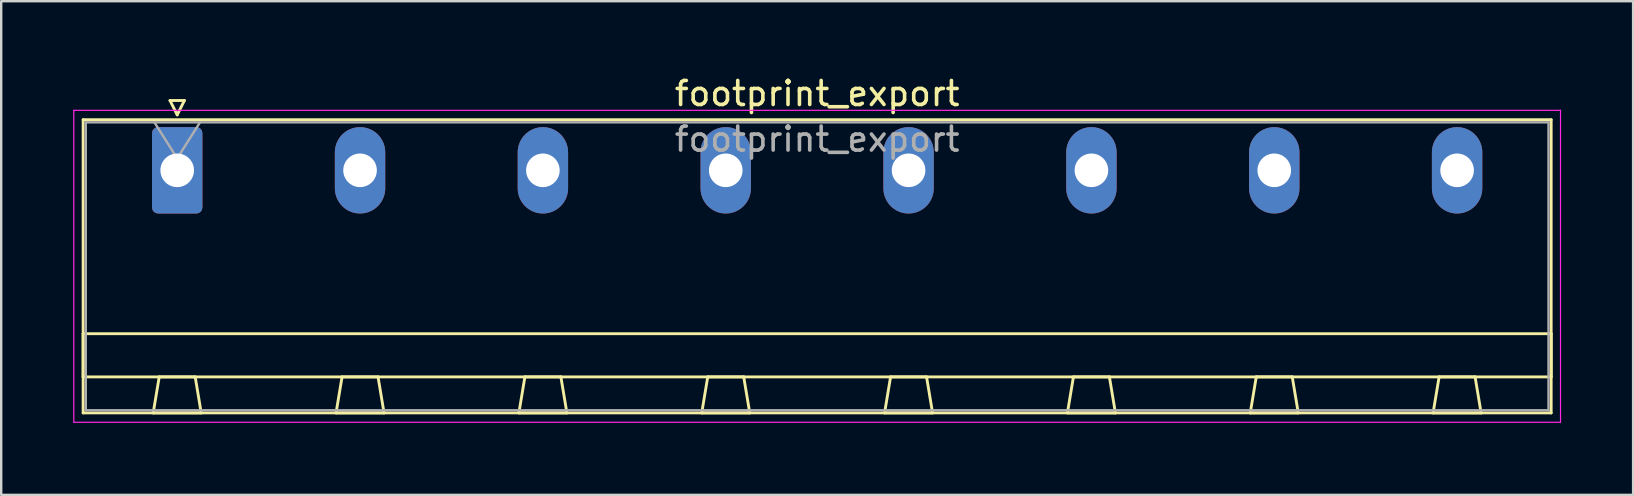
<source format=kicad_pcb>
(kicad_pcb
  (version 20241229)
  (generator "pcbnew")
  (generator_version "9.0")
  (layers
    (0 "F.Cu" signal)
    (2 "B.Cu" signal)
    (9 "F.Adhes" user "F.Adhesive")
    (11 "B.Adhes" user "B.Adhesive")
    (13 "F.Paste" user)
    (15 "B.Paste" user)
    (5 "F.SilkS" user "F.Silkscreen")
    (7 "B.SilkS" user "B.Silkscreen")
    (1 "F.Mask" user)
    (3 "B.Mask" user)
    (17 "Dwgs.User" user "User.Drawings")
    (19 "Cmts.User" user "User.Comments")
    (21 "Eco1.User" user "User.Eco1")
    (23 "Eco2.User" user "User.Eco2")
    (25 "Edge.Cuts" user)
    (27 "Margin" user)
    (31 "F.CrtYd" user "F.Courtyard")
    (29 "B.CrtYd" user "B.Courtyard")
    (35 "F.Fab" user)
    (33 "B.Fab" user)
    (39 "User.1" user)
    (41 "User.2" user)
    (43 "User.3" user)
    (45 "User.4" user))
  (footprint "footprint_export"
    (layer "F.Cu")
    (at 4.335 4.048)
    (property "Reference" "footprint_export" (at 26.67 -3.2 0) (layer "F.SilkS") (effects (font (size 1 1) (thickness 0.15))))
    (attr through_hole)
    (fp_line (start -3.92 -2.11) (end -3.92 10.11) (stroke (width 0.12) (type solid)) (layer "F.SilkS"))
    (fp_line (start -3.92 6.81) (end 57.26 6.81) (stroke (width 0.12) (type solid)) (layer "F.SilkS"))
    (fp_line (start -3.92 8.61) (end -3.92 6.81) (stroke (width 0.12) (type solid)) (layer "F.SilkS"))
    (fp_line (start -3.92 10.11) (end 57.26 10.11) (stroke (width 0.12) (type solid)) (layer "F.SilkS"))
    (fp_line (start -1 10.11) (end 1 10.11) (stroke (width 0.12) (type solid)) (layer "F.SilkS"))
    (fp_line (start -0.75 8.61) (end -1 10.11) (stroke (width 0.12) (type solid)) (layer "F.SilkS"))
    (fp_line (start -0.3 -2.91) (end 0.3 -2.91) (stroke (width 0.12) (type solid)) (layer "F.SilkS"))
    (fp_line (start 0 -2.31) (end -0.3 -2.91) (stroke (width 0.12) (type solid)) (layer "F.SilkS"))
    (fp_line (start 0.3 -2.91) (end 0 -2.31) (stroke (width 0.12) (type solid)) (layer "F.SilkS"))
    (fp_line (start 0.75 8.61) (end -0.75 8.61) (stroke (width 0.12) (type solid)) (layer "F.SilkS"))
    (fp_line (start 1 10.11) (end 0.75 8.61) (stroke (width 0.12) (type solid)) (layer "F.SilkS"))
    (fp_line (start 6.62 10.11) (end 8.62 10.11) (stroke (width 0.12) (type solid)) (layer "F.SilkS"))
    (fp_line (start 6.87 8.61) (end 6.62 10.11) (stroke (width 0.12) (type solid)) (layer "F.SilkS"))
    (fp_line (start 8.37 8.61) (end 6.87 8.61) (stroke (width 0.12) (type solid)) (layer "F.SilkS"))
    (fp_line (start 8.62 10.11) (end 8.37 8.61) (stroke (width 0.12) (type solid)) (layer "F.SilkS"))
    (fp_line (start 14.24 10.11) (end 16.24 10.11) (stroke (width 0.12) (type solid)) (layer "F.SilkS"))
    (fp_line (start 14.49 8.61) (end 14.24 10.11) (stroke (width 0.12) (type solid)) (layer "F.SilkS"))
    (fp_line (start 15.99 8.61) (end 14.49 8.61) (stroke (width 0.12) (type solid)) (layer "F.SilkS"))
    (fp_line (start 16.24 10.11) (end 15.99 8.61) (stroke (width 0.12) (type solid)) (layer "F.SilkS"))
    (fp_line (start 21.86 10.11) (end 23.86 10.11) (stroke (width 0.12) (type solid)) (layer "F.SilkS"))
    (fp_line (start 22.11 8.61) (end 21.86 10.11) (stroke (width 0.12) (type solid)) (layer "F.SilkS"))
    (fp_line (start 23.61 8.61) (end 22.11 8.61) (stroke (width 0.12) (type solid)) (layer "F.SilkS"))
    (fp_line (start 23.86 10.11) (end 23.61 8.61) (stroke (width 0.12) (type solid)) (layer "F.SilkS"))
    (fp_line (start 29.48 10.11) (end 31.48 10.11) (stroke (width 0.12) (type solid)) (layer "F.SilkS"))
    (fp_line (start 29.73 8.61) (end 29.48 10.11) (stroke (width 0.12) (type solid)) (layer "F.SilkS"))
    (fp_line (start 31.23 8.61) (end 29.73 8.61) (stroke (width 0.12) (type solid)) (layer "F.SilkS"))
    (fp_line (start 31.48 10.11) (end 31.23 8.61) (stroke (width 0.12) (type solid)) (layer "F.SilkS"))
    (fp_line (start 37.1 10.11) (end 39.1 10.11) (stroke (width 0.12) (type solid)) (layer "F.SilkS"))
    (fp_line (start 37.35 8.61) (end 37.1 10.11) (stroke (width 0.12) (type solid)) (layer "F.SilkS"))
    (fp_line (start 38.85 8.61) (end 37.35 8.61) (stroke (width 0.12) (type solid)) (layer "F.SilkS"))
    (fp_line (start 39.1 10.11) (end 38.85 8.61) (stroke (width 0.12) (type solid)) (layer "F.SilkS"))
    (fp_line (start 44.72 10.11) (end 46.72 10.11) (stroke (width 0.12) (type solid)) (layer "F.SilkS"))
    (fp_line (start 44.97 8.61) (end 44.72 10.11) (stroke (width 0.12) (type solid)) (layer "F.SilkS"))
    (fp_line (start 46.47 8.61) (end 44.97 8.61) (stroke (width 0.12) (type solid)) (layer "F.SilkS"))
    (fp_line (start 46.72 10.11) (end 46.47 8.61) (stroke (width 0.12) (type solid)) (layer "F.SilkS"))
    (fp_line (start 52.34 10.11) (end 54.34 10.11) (stroke (width 0.12) (type solid)) (layer "F.SilkS"))
    (fp_line (start 52.59 8.61) (end 52.34 10.11) (stroke (width 0.12) (type solid)) (layer "F.SilkS"))
    (fp_line (start 54.09 8.61) (end 52.59 8.61) (stroke (width 0.12) (type solid)) (layer "F.SilkS"))
    (fp_line (start 54.34 10.11) (end 54.09 8.61) (stroke (width 0.12) (type solid)) (layer "F.SilkS"))
    (fp_line (start 57.26 -2.11) (end -3.92 -2.11) (stroke (width 0.12) (type solid)) (layer "F.SilkS"))
    (fp_line (start 57.26 6.81) (end 57.26 8.61) (stroke (width 0.12) (type solid)) (layer "F.SilkS"))
    (fp_line (start 57.26 8.61) (end -3.92 8.61) (stroke (width 0.12) (type solid)) (layer "F.SilkS"))
    (fp_line (start 57.26 10.11) (end 57.26 -2.11) (stroke (width 0.12) (type solid)) (layer "F.SilkS"))
    (fp_line (start -4.31 -2.5) (end -4.31 10.5) (stroke (width 0.05) (type solid)) (layer "F.CrtYd"))
    (fp_line (start -4.31 10.5) (end 57.65 10.5) (stroke (width 0.05) (type solid)) (layer "F.CrtYd"))
    (fp_line (start 57.65 -2.5) (end -4.31 -2.5) (stroke (width 0.05) (type solid)) (layer "F.CrtYd"))
    (fp_line (start 57.65 10.5) (end 57.65 -2.5) (stroke (width 0.05) (type solid)) (layer "F.CrtYd"))
    (fp_line (start -3.81 -2) (end -3.81 10) (stroke (width 0.1) (type solid)) (layer "F.Fab"))
    (fp_line (start -3.81 10) (end 57.15 10) (stroke (width 0.1) (type solid)) (layer "F.Fab"))
    (fp_line (start 0 -0.5) (end -0.95 -2) (stroke (width 0.1) (type solid)) (layer "F.Fab"))
    (fp_line (start 0.95 -2) (end 0 -0.5) (stroke (width 0.1) (type solid)) (layer "F.Fab"))
    (fp_line (start 57.15 -2) (end -3.81 -2) (stroke (width 0.1) (type solid)) (layer "F.Fab"))
    (fp_line (start 57.15 10) (end 57.15 -2) (stroke (width 0.1) (type solid)) (layer "F.Fab"))
    (fp_text user "${REFERENCE}" (at 26.67 -1.3 0) (layer "F.Fab") (effects (font (size 1 1) (thickness 0.15))))
    (pad "1" thru_hole roundrect (at 0 0) (size 2.1 3.6) (drill 1.4) (layers "*.Cu" "*.Mask") (roundrect_rratio 0.119))
    (pad "2" thru_hole oval (at 7.62 0) (size 2.1 3.6) (drill 1.4) (layers "*.Cu" "*.Mask"))
    (pad "3" thru_hole oval (at 15.24 0) (size 2.1 3.6) (drill 1.4) (layers "*.Cu" "*.Mask"))
    (pad "4" thru_hole oval (at 22.86 0) (size 2.1 3.6) (drill 1.4) (layers "*.Cu" "*.Mask"))
    (pad "5" thru_hole oval (at 30.48 0) (size 2.1 3.6) (drill 1.4) (layers "*.Cu" "*.Mask"))
    (pad "6" thru_hole oval (at 38.1 0) (size 2.1 3.6) (drill 1.4) (layers "*.Cu" "*.Mask"))
    (pad "7" thru_hole oval (at 45.72 0) (size 2.1 3.6) (drill 1.4) (layers "*.Cu" "*.Mask"))
    (pad "8" thru_hole oval (at 53.34 0) (size 2.1 3.6) (drill 1.4) (layers "*.Cu" "*.Mask")))
  (gr_rect
    (start -3 -3)
    (end 65.01 17.573)
    (stroke (width 0.1) (type default))
    (fill no)
    (layer "Edge.Cuts")))
</source>
